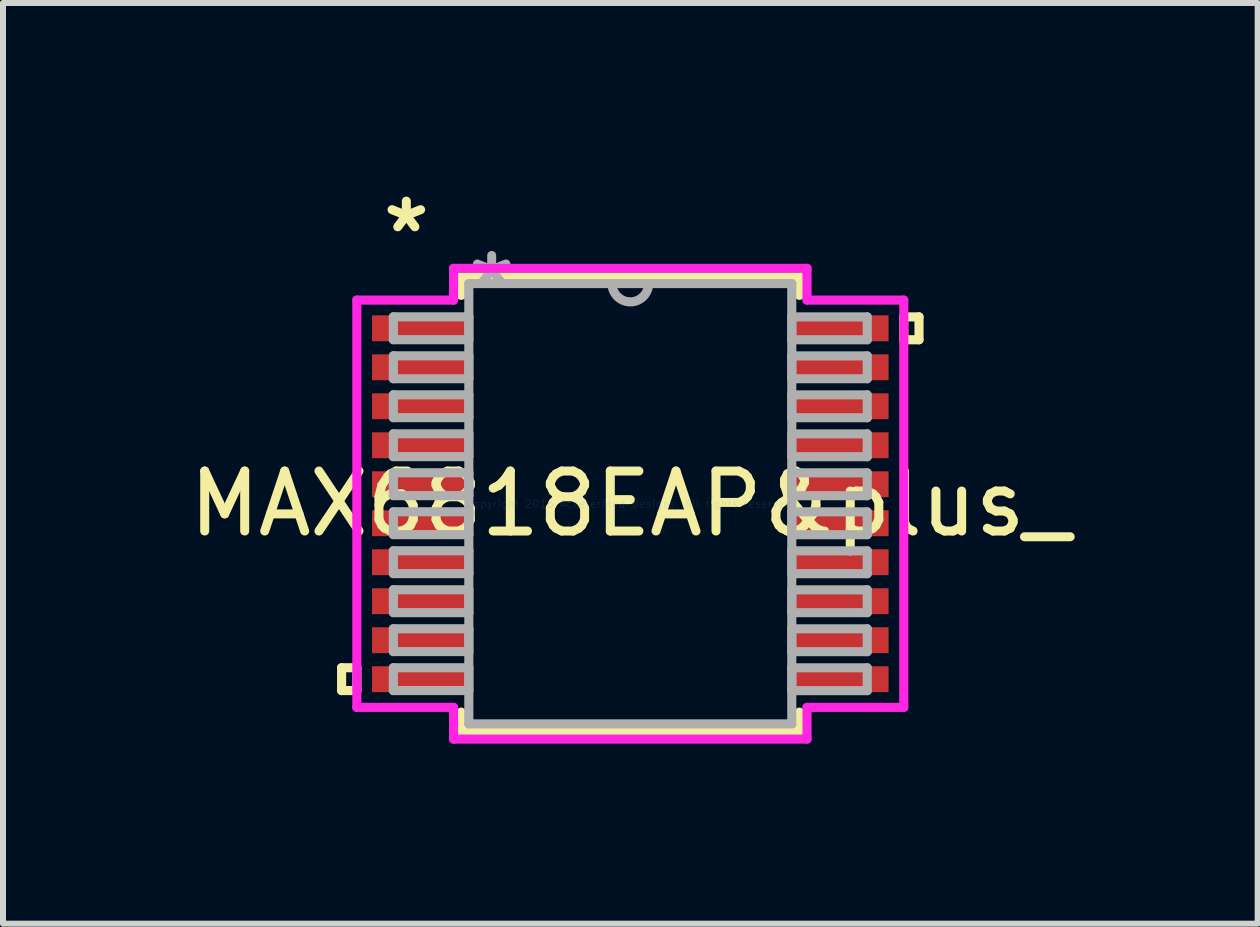
<source format=kicad_pcb>
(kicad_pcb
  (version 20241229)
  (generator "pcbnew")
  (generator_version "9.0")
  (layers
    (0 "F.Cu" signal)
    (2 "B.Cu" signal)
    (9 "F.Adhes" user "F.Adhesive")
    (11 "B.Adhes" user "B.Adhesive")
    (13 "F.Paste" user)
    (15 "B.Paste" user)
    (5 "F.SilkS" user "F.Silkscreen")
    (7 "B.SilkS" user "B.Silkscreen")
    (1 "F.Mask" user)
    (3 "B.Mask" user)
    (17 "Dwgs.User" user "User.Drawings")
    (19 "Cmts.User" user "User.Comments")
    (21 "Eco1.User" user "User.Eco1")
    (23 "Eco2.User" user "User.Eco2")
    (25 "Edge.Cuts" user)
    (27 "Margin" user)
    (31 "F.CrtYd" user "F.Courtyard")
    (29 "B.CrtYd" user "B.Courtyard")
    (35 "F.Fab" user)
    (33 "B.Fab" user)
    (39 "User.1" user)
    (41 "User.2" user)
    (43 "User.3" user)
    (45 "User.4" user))
  (footprint "MAX6818EAP&plus_"
    (layer "F.Cu")
    (at 7.458 5.348)
    (property "Reference" "MAX6818EAP&plus_" (at 0 0 0) (layer "F.SilkS") (effects (font (size 1 1) (thickness 0.15))))
    (attr through_hole)
    (fp_line (start -4.813 2.734) (end -4.813 3.115) (stroke (width 0.152) (type solid)) (layer "F.SilkS"))
    (fp_line (start -4.813 3.115) (end -4.559 3.115) (stroke (width 0.152) (type solid)) (layer "F.SilkS"))
    (fp_line (start -4.559 2.734) (end -4.813 2.734) (stroke (width 0.152) (type solid)) (layer "F.SilkS"))
    (fp_line (start -4.559 3.115) (end -4.559 2.734) (stroke (width 0.152) (type solid)) (layer "F.SilkS"))
    (fp_line (start -2.819 -3.797) (end -2.819 -3.474) (stroke (width 0.152) (type solid)) (layer "F.SilkS"))
    (fp_line (start -2.819 3.474) (end -2.819 3.797) (stroke (width 0.152) (type solid)) (layer "F.SilkS"))
    (fp_line (start -2.819 3.797) (end 2.819 3.797) (stroke (width 0.152) (type solid)) (layer "F.SilkS"))
    (fp_line (start 2.819 -3.797) (end -2.819 -3.797) (stroke (width 0.152) (type solid)) (layer "F.SilkS"))
    (fp_line (start 2.819 -3.474) (end 2.819 -3.797) (stroke (width 0.152) (type solid)) (layer "F.SilkS"))
    (fp_line (start 2.819 3.797) (end 2.819 3.474) (stroke (width 0.152) (type solid)) (layer "F.SilkS"))
    (fp_line (start 4.559 -3.115) (end 4.813 -3.115) (stroke (width 0.152) (type solid)) (layer "F.SilkS"))
    (fp_line (start 4.559 -2.734) (end 4.559 -3.115) (stroke (width 0.152) (type solid)) (layer "F.SilkS"))
    (fp_line (start 4.813 -3.115) (end 4.813 -2.734) (stroke (width 0.152) (type solid)) (layer "F.SilkS"))
    (fp_line (start 4.813 -2.734) (end 4.559 -2.734) (stroke (width 0.152) (type solid)) (layer "F.SilkS"))
    (fp_line (start -4.559 -3.395) (end -2.946 -3.395) (stroke (width 0.152) (type solid)) (layer "F.CrtYd"))
    (fp_line (start -4.559 3.395) (end -4.559 -3.395) (stroke (width 0.152) (type solid)) (layer "F.CrtYd"))
    (fp_line (start -2.946 -3.924) (end 2.946 -3.924) (stroke (width 0.152) (type solid)) (layer "F.CrtYd"))
    (fp_line (start -2.946 -3.395) (end -2.946 -3.924) (stroke (width 0.152) (type solid)) (layer "F.CrtYd"))
    (fp_line (start -2.946 3.395) (end -4.559 3.395) (stroke (width 0.152) (type solid)) (layer "F.CrtYd"))
    (fp_line (start -2.946 3.924) (end -2.946 3.395) (stroke (width 0.152) (type solid)) (layer "F.CrtYd"))
    (fp_line (start 2.946 -3.924) (end 2.946 -3.395) (stroke (width 0.152) (type solid)) (layer "F.CrtYd"))
    (fp_line (start 2.946 -3.395) (end 4.559 -3.395) (stroke (width 0.152) (type solid)) (layer "F.CrtYd"))
    (fp_line (start 2.946 3.395) (end 2.946 3.924) (stroke (width 0.152) (type solid)) (layer "F.CrtYd"))
    (fp_line (start 2.946 3.924) (end -2.946 3.924) (stroke (width 0.152) (type solid)) (layer "F.CrtYd"))
    (fp_line (start 4.559 -3.395) (end 4.559 3.395) (stroke (width 0.152) (type solid)) (layer "F.CrtYd"))
    (fp_line (start 4.559 3.395) (end 2.946 3.395) (stroke (width 0.152) (type solid)) (layer "F.CrtYd"))
    (fp_line (start -3.95 -3.116) (end -3.95 -2.735) (stroke (width 0.152) (type solid)) (layer "F.Fab"))
    (fp_line (start -3.95 -2.735) (end -2.692 -2.735) (stroke (width 0.152) (type solid)) (layer "F.Fab"))
    (fp_line (start -3.95 -2.466) (end -3.95 -2.084) (stroke (width 0.152) (type solid)) (layer "F.Fab"))
    (fp_line (start -3.95 -2.084) (end -2.692 -2.084) (stroke (width 0.152) (type solid)) (layer "F.Fab"))
    (fp_line (start -3.95 -1.816) (end -3.95 -1.435) (stroke (width 0.152) (type solid)) (layer "F.Fab"))
    (fp_line (start -3.95 -1.435) (end -2.692 -1.435) (stroke (width 0.152) (type solid)) (layer "F.Fab"))
    (fp_line (start -3.95 -1.166) (end -3.95 -0.785) (stroke (width 0.152) (type solid)) (layer "F.Fab"))
    (fp_line (start -3.95 -0.785) (end -2.692 -0.785) (stroke (width 0.152) (type solid)) (layer "F.Fab"))
    (fp_line (start -3.95 -0.516) (end -3.95 -0.135) (stroke (width 0.152) (type solid)) (layer "F.Fab"))
    (fp_line (start -3.95 -0.135) (end -2.692 -0.135) (stroke (width 0.152) (type solid)) (layer "F.Fab"))
    (fp_line (start -3.95 0.134) (end -3.95 0.515) (stroke (width 0.152) (type solid)) (layer "F.Fab"))
    (fp_line (start -3.95 0.515) (end -2.692 0.515) (stroke (width 0.152) (type solid)) (layer "F.Fab"))
    (fp_line (start -3.95 0.784) (end -3.95 1.165) (stroke (width 0.152) (type solid)) (layer "F.Fab"))
    (fp_line (start -3.95 1.165) (end -2.692 1.165) (stroke (width 0.152) (type solid)) (layer "F.Fab"))
    (fp_line (start -3.95 1.434) (end -3.95 1.815) (stroke (width 0.152) (type solid)) (layer "F.Fab"))
    (fp_line (start -3.95 1.815) (end -2.692 1.815) (stroke (width 0.152) (type solid)) (layer "F.Fab"))
    (fp_line (start -3.95 2.084) (end -3.95 2.465) (stroke (width 0.152) (type solid)) (layer "F.Fab"))
    (fp_line (start -3.95 2.465) (end -2.692 2.465) (stroke (width 0.152) (type solid)) (layer "F.Fab"))
    (fp_line (start -3.95 2.734) (end -3.95 3.115) (stroke (width 0.152) (type solid)) (layer "F.Fab"))
    (fp_line (start -3.95 3.115) (end -2.692 3.115) (stroke (width 0.152) (type solid)) (layer "F.Fab"))
    (fp_line (start -2.692 -3.67) (end -2.692 3.67) (stroke (width 0.152) (type solid)) (layer "F.Fab"))
    (fp_line (start -2.692 -3.116) (end -3.95 -3.116) (stroke (width 0.152) (type solid)) (layer "F.Fab"))
    (fp_line (start -2.692 -2.735) (end -2.692 -3.116) (stroke (width 0.152) (type solid)) (layer "F.Fab"))
    (fp_line (start -2.692 -2.466) (end -3.95 -2.466) (stroke (width 0.152) (type solid)) (layer "F.Fab"))
    (fp_line (start -2.692 -2.084) (end -2.692 -2.466) (stroke (width 0.152) (type solid)) (layer "F.Fab"))
    (fp_line (start -2.692 -1.816) (end -3.95 -1.816) (stroke (width 0.152) (type solid)) (layer "F.Fab"))
    (fp_line (start -2.692 -1.435) (end -2.692 -1.816) (stroke (width 0.152) (type solid)) (layer "F.Fab"))
    (fp_line (start -2.692 -1.166) (end -3.95 -1.166) (stroke (width 0.152) (type solid)) (layer "F.Fab"))
    (fp_line (start -2.692 -0.785) (end -2.692 -1.166) (stroke (width 0.152) (type solid)) (layer "F.Fab"))
    (fp_line (start -2.692 -0.516) (end -3.95 -0.516) (stroke (width 0.152) (type solid)) (layer "F.Fab"))
    (fp_line (start -2.692 -0.135) (end -2.692 -0.516) (stroke (width 0.152) (type solid)) (layer "F.Fab"))
    (fp_line (start -2.692 0.134) (end -3.95 0.134) (stroke (width 0.152) (type solid)) (layer "F.Fab"))
    (fp_line (start -2.692 0.515) (end -2.692 0.134) (stroke (width 0.152) (type solid)) (layer "F.Fab"))
    (fp_line (start -2.692 0.784) (end -3.95 0.784) (stroke (width 0.152) (type solid)) (layer "F.Fab"))
    (fp_line (start -2.692 1.165) (end -2.692 0.784) (stroke (width 0.152) (type solid)) (layer "F.Fab"))
    (fp_line (start -2.692 1.434) (end -3.95 1.434) (stroke (width 0.152) (type solid)) (layer "F.Fab"))
    (fp_line (start -2.692 1.815) (end -2.692 1.434) (stroke (width 0.152) (type solid)) (layer "F.Fab"))
    (fp_line (start -2.692 2.084) (end -3.95 2.084) (stroke (width 0.152) (type solid)) (layer "F.Fab"))
    (fp_line (start -2.692 2.465) (end -2.692 2.084) (stroke (width 0.152) (type solid)) (layer "F.Fab"))
    (fp_line (start -2.692 2.734) (end -3.95 2.734) (stroke (width 0.152) (type solid)) (layer "F.Fab"))
    (fp_line (start -2.692 3.115) (end -2.692 2.734) (stroke (width 0.152) (type solid)) (layer "F.Fab"))
    (fp_line (start -2.692 3.67) (end 2.692 3.67) (stroke (width 0.152) (type solid)) (layer "F.Fab"))
    (fp_line (start 2.692 -3.67) (end -2.692 -3.67) (stroke (width 0.152) (type solid)) (layer "F.Fab"))
    (fp_line (start 2.692 -3.115) (end 2.692 -2.734) (stroke (width 0.152) (type solid)) (layer "F.Fab"))
    (fp_line (start 2.692 -2.734) (end 3.95 -2.734) (stroke (width 0.152) (type solid)) (layer "F.Fab"))
    (fp_line (start 2.692 -2.465) (end 2.692 -2.084) (stroke (width 0.152) (type solid)) (layer "F.Fab"))
    (fp_line (start 2.692 -2.084) (end 3.95 -2.084) (stroke (width 0.152) (type solid)) (layer "F.Fab"))
    (fp_line (start 2.692 -1.815) (end 2.692 -1.434) (stroke (width 0.152) (type solid)) (layer "F.Fab"))
    (fp_line (start 2.692 -1.434) (end 3.95 -1.434) (stroke (width 0.152) (type solid)) (layer "F.Fab"))
    (fp_line (start 2.692 -1.165) (end 2.692 -0.784) (stroke (width 0.152) (type solid)) (layer "F.Fab"))
    (fp_line (start 2.692 -0.784) (end 3.95 -0.784) (stroke (width 0.152) (type solid)) (layer "F.Fab"))
    (fp_line (start 2.692 -0.515) (end 2.692 -0.134) (stroke (width 0.152) (type solid)) (layer "F.Fab"))
    (fp_line (start 2.692 -0.134) (end 3.95 -0.134) (stroke (width 0.152) (type solid)) (layer "F.Fab"))
    (fp_line (start 2.692 0.135) (end 2.692 0.516) (stroke (width 0.152) (type solid)) (layer "F.Fab"))
    (fp_line (start 2.692 0.516) (end 3.95 0.516) (stroke (width 0.152) (type solid)) (layer "F.Fab"))
    (fp_line (start 2.692 0.785) (end 2.692 1.166) (stroke (width 0.152) (type solid)) (layer "F.Fab"))
    (fp_line (start 2.692 1.166) (end 3.95 1.166) (stroke (width 0.152) (type solid)) (layer "F.Fab"))
    (fp_line (start 2.692 1.435) (end 2.692 1.816) (stroke (width 0.152) (type solid)) (layer "F.Fab"))
    (fp_line (start 2.692 1.816) (end 3.95 1.816) (stroke (width 0.152) (type solid)) (layer "F.Fab"))
    (fp_line (start 2.692 2.085) (end 2.692 2.466) (stroke (width 0.152) (type solid)) (layer "F.Fab"))
    (fp_line (start 2.692 2.466) (end 3.95 2.466) (stroke (width 0.152) (type solid)) (layer "F.Fab"))
    (fp_line (start 2.692 2.735) (end 2.692 3.116) (stroke (width 0.152) (type solid)) (layer "F.Fab"))
    (fp_line (start 2.692 3.116) (end 3.95 3.116) (stroke (width 0.152) (type solid)) (layer "F.Fab"))
    (fp_line (start 2.692 3.67) (end 2.692 -3.67) (stroke (width 0.152) (type solid)) (layer "F.Fab"))
    (fp_line (start 3.95 -3.115) (end 2.692 -3.115) (stroke (width 0.152) (type solid)) (layer "F.Fab"))
    (fp_line (start 3.95 -2.734) (end 3.95 -3.115) (stroke (width 0.152) (type solid)) (layer "F.Fab"))
    (fp_line (start 3.95 -2.465) (end 2.692 -2.465) (stroke (width 0.152) (type solid)) (layer "F.Fab"))
    (fp_line (start 3.95 -2.084) (end 3.95 -2.465) (stroke (width 0.152) (type solid)) (layer "F.Fab"))
    (fp_line (start 3.95 -1.815) (end 2.692 -1.815) (stroke (width 0.152) (type solid)) (layer "F.Fab"))
    (fp_line (start 3.95 -1.434) (end 3.95 -1.815) (stroke (width 0.152) (type solid)) (layer "F.Fab"))
    (fp_line (start 3.95 -1.165) (end 2.692 -1.165) (stroke (width 0.152) (type solid)) (layer "F.Fab"))
    (fp_line (start 3.95 -0.784) (end 3.95 -1.165) (stroke (width 0.152) (type solid)) (layer "F.Fab"))
    (fp_line (start 3.95 -0.515) (end 2.692 -0.515) (stroke (width 0.152) (type solid)) (layer "F.Fab"))
    (fp_line (start 3.95 -0.134) (end 3.95 -0.515) (stroke (width 0.152) (type solid)) (layer "F.Fab"))
    (fp_line (start 3.95 0.135) (end 2.692 0.135) (stroke (width 0.152) (type solid)) (layer "F.Fab"))
    (fp_line (start 3.95 0.516) (end 3.95 0.135) (stroke (width 0.152) (type solid)) (layer "F.Fab"))
    (fp_line (start 3.95 0.785) (end 2.692 0.785) (stroke (width 0.152) (type solid)) (layer "F.Fab"))
    (fp_line (start 3.95 1.166) (end 3.95 0.785) (stroke (width 0.152) (type solid)) (layer "F.Fab"))
    (fp_line (start 3.95 1.435) (end 2.692 1.435) (stroke (width 0.152) (type solid)) (layer "F.Fab"))
    (fp_line (start 3.95 1.816) (end 3.95 1.435) (stroke (width 0.152) (type solid)) (layer "F.Fab"))
    (fp_line (start 3.95 2.085) (end 2.692 2.085) (stroke (width 0.152) (type solid)) (layer "F.Fab"))
    (fp_line (start 3.95 2.466) (end 3.95 2.085) (stroke (width 0.152) (type solid)) (layer "F.Fab"))
    (fp_line (start 3.95 2.735) (end 2.692 2.735) (stroke (width 0.152) (type solid)) (layer "F.Fab"))
    (fp_line (start 3.95 3.116) (end 3.95 2.735) (stroke (width 0.152) (type solid)) (layer "F.Fab"))
    (fp_arc (start 0.3048 -3.6703) (mid 0 -3.3655) (end -0.3048 -3.6703) (stroke (width 0.1524) (type solid)) (layer "F.Fab"))
    (fp_text user "*" (at -3.734 -4.5 0) (layer "F.SilkS") (effects (font (size 1 1) (thickness 0.15))))
    (fp_text user "Copyright 2016 Accelerated Designs. All rights reserved." (at 0 0 0) (layer "Cmts.User") (effects (font (size 0.127 0.127) (thickness 0.002))))
    (fp_text user "*" (at -2.311 -3.594 0) (layer "F.Fab") (effects (font (size 1 1) (thickness 0.15))))
    (pad "1" smd rect (at -3.48 -2.925) (size 1.651 0.432) (layers "F.Cu" "F.Mask" "F.Paste"))
    (pad "2" smd rect (at -3.48 -2.275) (size 1.651 0.432) (layers "F.Cu" "F.Mask" "F.Paste"))
    (pad "3" smd rect (at -3.48 -1.625) (size 1.651 0.432) (layers "F.Cu" "F.Mask" "F.Paste"))
    (pad "4" smd rect (at -3.48 -0.975) (size 1.651 0.432) (layers "F.Cu" "F.Mask" "F.Paste"))
    (pad "5" smd rect (at -3.48 -0.325) (size 1.651 0.432) (layers "F.Cu" "F.Mask" "F.Paste"))
    (pad "6" smd rect (at -3.48 0.325) (size 1.651 0.432) (layers "F.Cu" "F.Mask" "F.Paste"))
    (pad "7" smd rect (at -3.48 0.975) (size 1.651 0.432) (layers "F.Cu" "F.Mask" "F.Paste"))
    (pad "8" smd rect (at -3.48 1.625) (size 1.651 0.432) (layers "F.Cu" "F.Mask" "F.Paste"))
    (pad "9" smd rect (at -3.48 2.275) (size 1.651 0.432) (layers "F.Cu" "F.Mask" "F.Paste"))
    (pad "10" smd rect (at -3.48 2.925) (size 1.651 0.432) (layers "F.Cu" "F.Mask" "F.Paste"))
    (pad "11" smd rect (at 3.48 2.925) (size 1.651 0.432) (layers "F.Cu" "F.Mask" "F.Paste"))
    (pad "12" smd rect (at 3.48 2.275) (size 1.651 0.432) (layers "F.Cu" "F.Mask" "F.Paste"))
    (pad "13" smd rect (at 3.48 1.625) (size 1.651 0.432) (layers "F.Cu" "F.Mask" "F.Paste"))
    (pad "14" smd rect (at 3.48 0.975) (size 1.651 0.432) (layers "F.Cu" "F.Mask" "F.Paste"))
    (pad "15" smd rect (at 3.48 0.325) (size 1.651 0.432) (layers "F.Cu" "F.Mask" "F.Paste"))
    (pad "16" smd rect (at 3.48 -0.325) (size 1.651 0.432) (layers "F.Cu" "F.Mask" "F.Paste"))
    (pad "17" smd rect (at 3.48 -0.975) (size 1.651 0.432) (layers "F.Cu" "F.Mask" "F.Paste"))
    (pad "18" smd rect (at 3.48 -1.625) (size 1.651 0.432) (layers "F.Cu" "F.Mask" "F.Paste"))
    (pad "19" smd rect (at 3.48 -2.275) (size 1.651 0.432) (layers "F.Cu" "F.Mask" "F.Paste"))
    (pad "20" smd rect (at 3.48 -2.925) (size 1.651 0.432) (layers "F.Cu" "F.Mask" "F.Paste")))
  (gr_rect
    (start -3 -3)
    (end 17.917 12.349)
    (stroke (width 0.1) (type default))
    (fill no)
    (layer "Edge.Cuts")))
</source>
